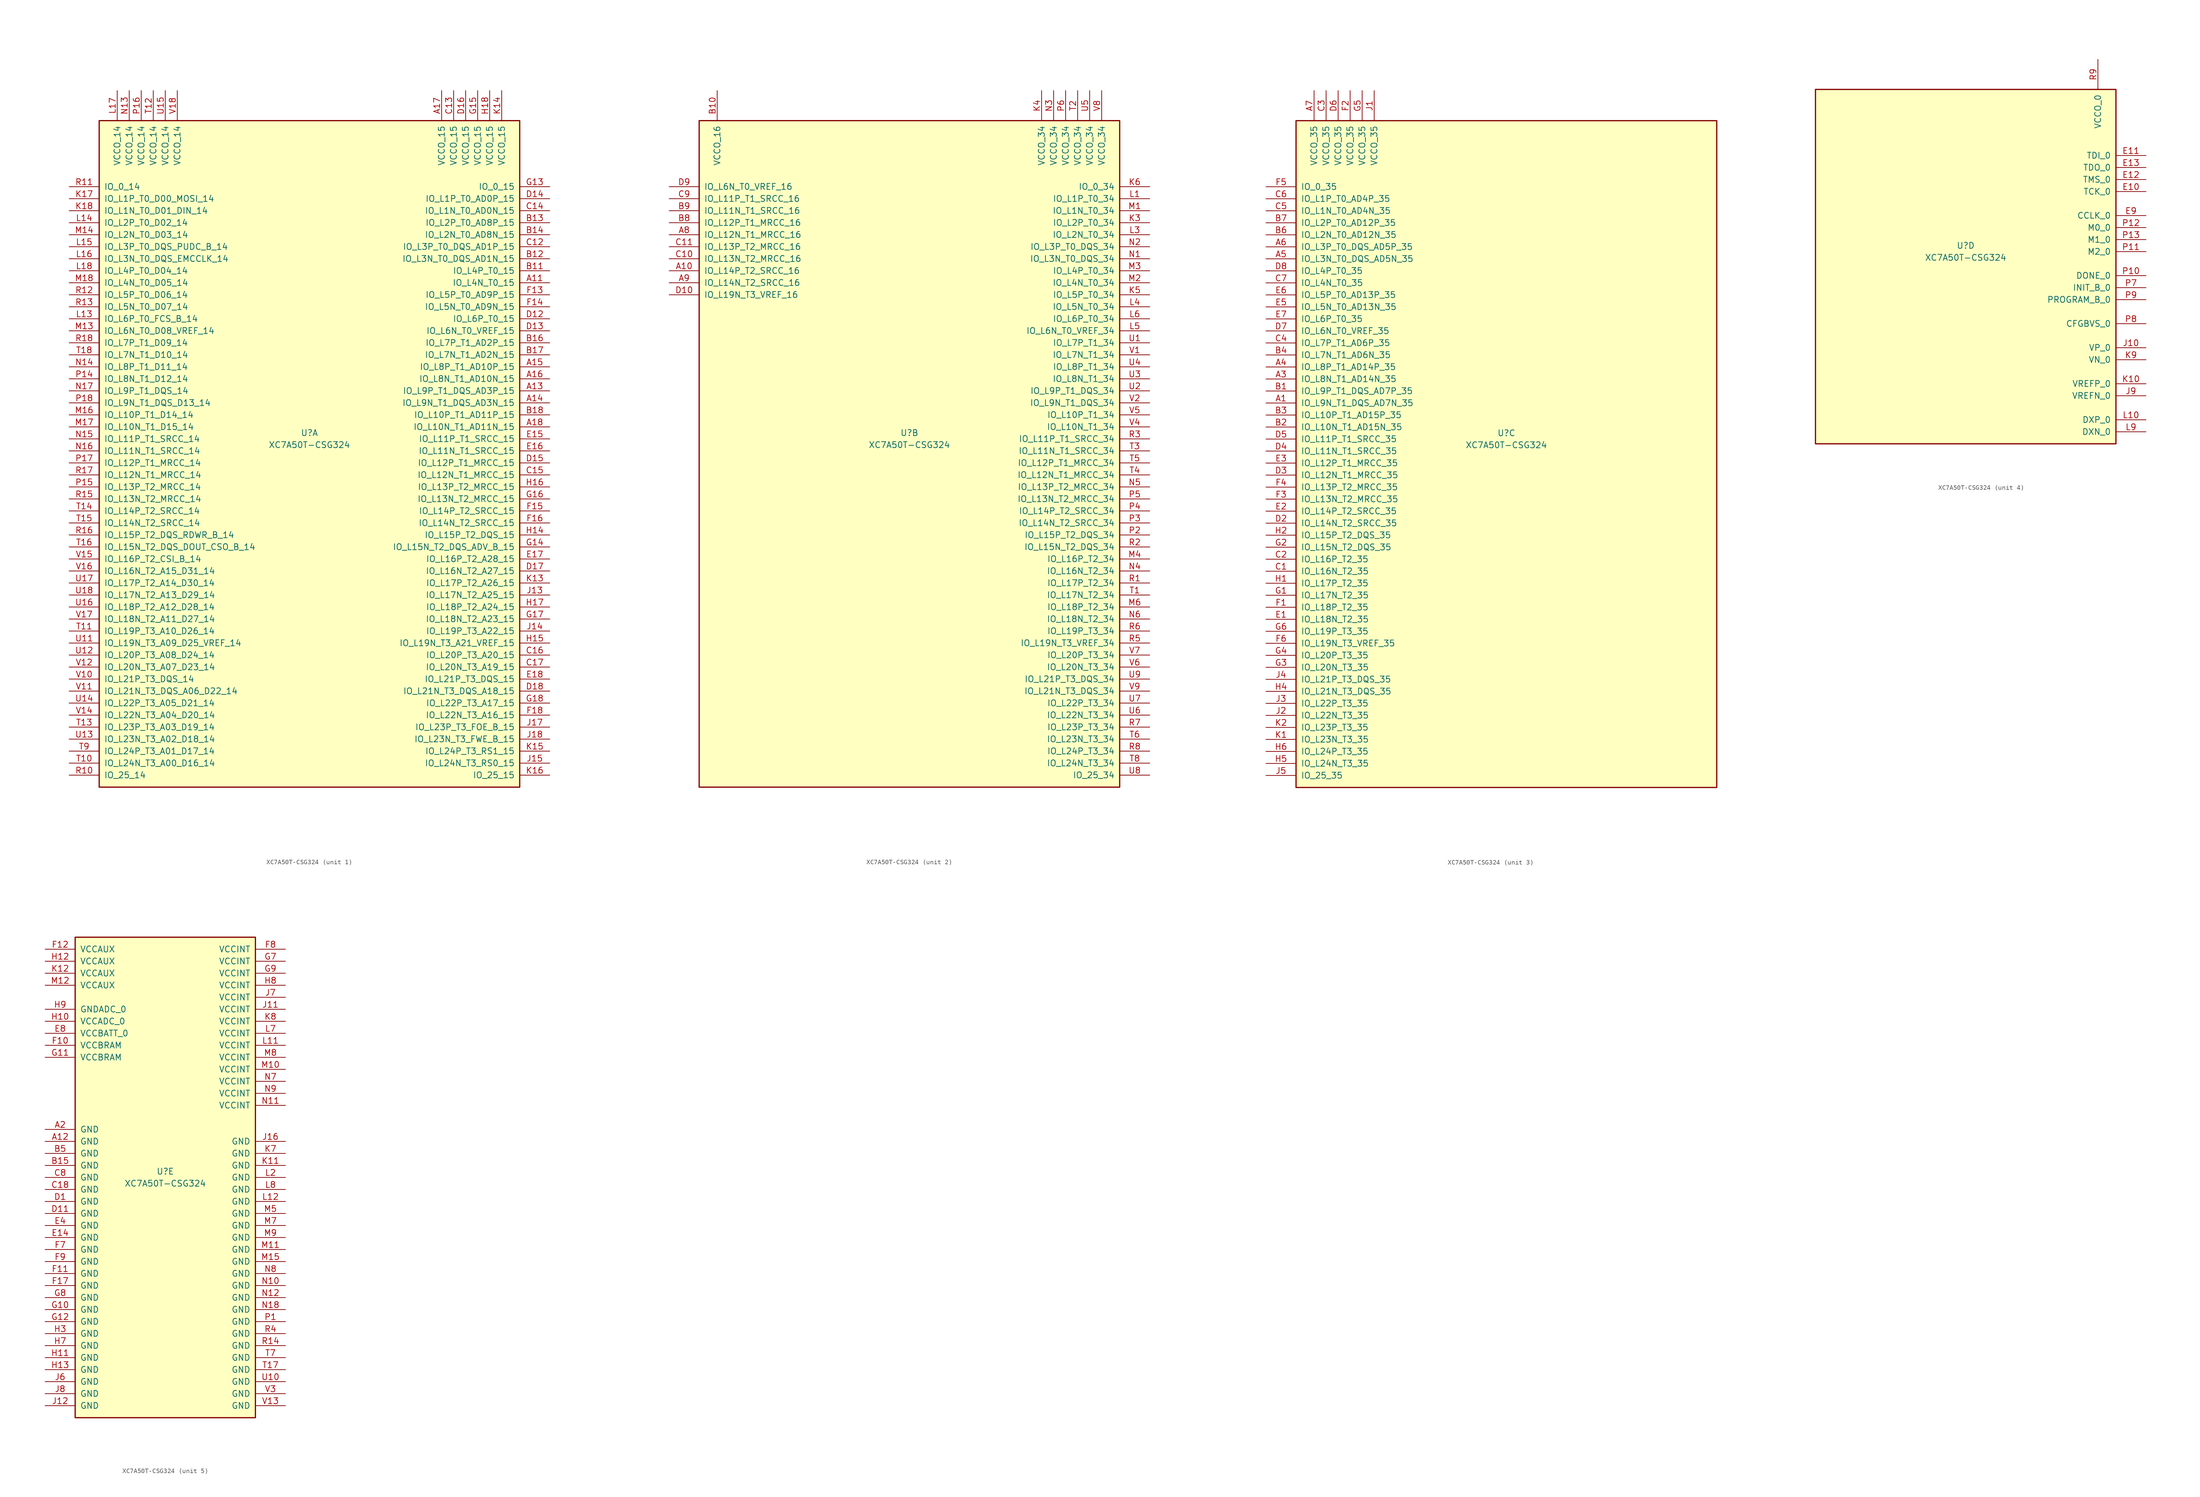
<source format=kicad_sym>
(kicad_symbol_lib
  (version 20201005)
  (generator kicad_symbol_editor)
  (symbol "XC7A50T-CSG324"
    (pin_names
      (offset 1.016))
    (property "Reference" "U"
      (at 0 1.27 0)
      (effects (font (size 1.27 1.27))))
    (property "Value" "XC7A50T-CSG324"
      (at 0 -1.27 0)
      (effects (font (size 1.27 1.27))))
    (property "Datasheet" ""
      (at 0 0 0)
      (effects (font (size 1.27 1.27))))
    (property "ki_locked" ""
      (at 0 0 0)
      (effects (font (size 1.27 1.27))))
    (symbol "XC7A50T-CSG324_1_1"
      (rectangle (start -44.45 67.31) (end 44.45 -73.66) (stroke (width 0.254)) (fill (type background)))
      (pin bidirectional line (at 50.8 33.02 180) (length 6.35) (name "IO_L4N_T0_15" (effects (font (size 1.27 1.27)))) (number "A11" (effects (font (size 1.27 1.27)))))
      (pin bidirectional line (at 50.8 10.16 180) (length 6.35) (name "IO_L9P_T1_DQS_AD3P_15" (effects (font (size 1.27 1.27)))) (number "A13" (effects (font (size 1.27 1.27)))))
      (pin bidirectional line (at 50.8 7.62 180) (length 6.35) (name "IO_L9N_T1_DQS_AD3N_15" (effects (font (size 1.27 1.27)))) (number "A14" (effects (font (size 1.27 1.27)))))
      (pin bidirectional line (at 50.8 15.24 180) (length 6.35) (name "IO_L8P_T1_AD10P_15" (effects (font (size 1.27 1.27)))) (number "A15" (effects (font (size 1.27 1.27)))))
      (pin bidirectional line (at 50.8 12.7 180) (length 6.35) (name "IO_L8N_T1_AD10N_15" (effects (font (size 1.27 1.27)))) (number "A16" (effects (font (size 1.27 1.27)))))
      (pin power_in line (at 27.94 73.66 270) (length 6.35) (name "VCCO_15" (effects (font (size 1.27 1.27)))) (number "A17" (effects (font (size 1.27 1.27)))))
      (pin bidirectional line (at 50.8 2.54 180) (length 6.35) (name "IO_L10N_T1_AD11N_15" (effects (font (size 1.27 1.27)))) (number "A18" (effects (font (size 1.27 1.27)))))
      (pin bidirectional line (at 50.8 35.56 180) (length 6.35) (name "IO_L4P_T0_15" (effects (font (size 1.27 1.27)))) (number "B11" (effects (font (size 1.27 1.27)))))
      (pin bidirectional line (at 50.8 38.1 180) (length 6.35) (name "IO_L3N_T0_DQS_AD1N_15" (effects (font (size 1.27 1.27)))) (number "B12" (effects (font (size 1.27 1.27)))))
      (pin bidirectional line (at 50.8 45.72 180) (length 6.35) (name "IO_L2P_T0_AD8P_15" (effects (font (size 1.27 1.27)))) (number "B13" (effects (font (size 1.27 1.27)))))
      (pin bidirectional line (at 50.8 43.18 180) (length 6.35) (name "IO_L2N_T0_AD8N_15" (effects (font (size 1.27 1.27)))) (number "B14" (effects (font (size 1.27 1.27)))))
      (pin bidirectional line (at 50.8 20.32 180) (length 6.35) (name "IO_L7P_T1_AD2P_15" (effects (font (size 1.27 1.27)))) (number "B16" (effects (font (size 1.27 1.27)))))
      (pin bidirectional line (at 50.8 17.78 180) (length 6.35) (name "IO_L7N_T1_AD2N_15" (effects (font (size 1.27 1.27)))) (number "B17" (effects (font (size 1.27 1.27)))))
      (pin bidirectional line (at 50.8 5.08 180) (length 6.35) (name "IO_L10P_T1_AD11P_15" (effects (font (size 1.27 1.27)))) (number "B18" (effects (font (size 1.27 1.27)))))
      (pin bidirectional line (at 50.8 40.64 180) (length 6.35) (name "IO_L3P_T0_DQS_AD1P_15" (effects (font (size 1.27 1.27)))) (number "C12" (effects (font (size 1.27 1.27)))))
      (pin power_in line (at 30.48 73.66 270) (length 6.35) (name "VCCO_15" (effects (font (size 1.27 1.27)))) (number "C13" (effects (font (size 1.27 1.27)))))
      (pin bidirectional line (at 50.8 48.26 180) (length 6.35) (name "IO_L1N_T0_AD0N_15" (effects (font (size 1.27 1.27)))) (number "C14" (effects (font (size 1.27 1.27)))))
      (pin bidirectional line (at 50.8 -7.62 180) (length 6.35) (name "IO_L12N_T1_MRCC_15" (effects (font (size 1.27 1.27)))) (number "C15" (effects (font (size 1.27 1.27)))))
      (pin bidirectional line (at 50.8 -45.72 180) (length 6.35) (name "IO_L20P_T3_A20_15" (effects (font (size 1.27 1.27)))) (number "C16" (effects (font (size 1.27 1.27)))))
      (pin bidirectional line (at 50.8 -48.26 180) (length 6.35) (name "IO_L20N_T3_A19_15" (effects (font (size 1.27 1.27)))) (number "C17" (effects (font (size 1.27 1.27)))))
      (pin bidirectional line (at 50.8 25.4 180) (length 6.35) (name "IO_L6P_T0_15" (effects (font (size 1.27 1.27)))) (number "D12" (effects (font (size 1.27 1.27)))))
      (pin bidirectional line (at 50.8 22.86 180) (length 6.35) (name "IO_L6N_T0_VREF_15" (effects (font (size 1.27 1.27)))) (number "D13" (effects (font (size 1.27 1.27)))))
      (pin bidirectional line (at 50.8 50.8 180) (length 6.35) (name "IO_L1P_T0_AD0P_15" (effects (font (size 1.27 1.27)))) (number "D14" (effects (font (size 1.27 1.27)))))
      (pin bidirectional line (at 50.8 -5.08 180) (length 6.35) (name "IO_L12P_T1_MRCC_15" (effects (font (size 1.27 1.27)))) (number "D15" (effects (font (size 1.27 1.27)))))
      (pin power_in line (at 33.02 73.66 270) (length 6.35) (name "VCCO_15" (effects (font (size 1.27 1.27)))) (number "D16" (effects (font (size 1.27 1.27)))))
      (pin bidirectional line (at 50.8 -27.94 180) (length 6.35) (name "IO_L16N_T2_A27_15" (effects (font (size 1.27 1.27)))) (number "D17" (effects (font (size 1.27 1.27)))))
      (pin bidirectional line (at 50.8 -53.34 180) (length 6.35) (name "IO_L21N_T3_DQS_A18_15" (effects (font (size 1.27 1.27)))) (number "D18" (effects (font (size 1.27 1.27)))))
      (pin bidirectional line (at 50.8 0 180) (length 6.35) (name "IO_L11P_T1_SRCC_15" (effects (font (size 1.27 1.27)))) (number "E15" (effects (font (size 1.27 1.27)))))
      (pin bidirectional line (at 50.8 -2.54 180) (length 6.35) (name "IO_L11N_T1_SRCC_15" (effects (font (size 1.27 1.27)))) (number "E16" (effects (font (size 1.27 1.27)))))
      (pin bidirectional line (at 50.8 -25.4 180) (length 6.35) (name "IO_L16P_T2_A28_15" (effects (font (size 1.27 1.27)))) (number "E17" (effects (font (size 1.27 1.27)))))
      (pin bidirectional line (at 50.8 -50.8 180) (length 6.35) (name "IO_L21P_T3_DQS_15" (effects (font (size 1.27 1.27)))) (number "E18" (effects (font (size 1.27 1.27)))))
      (pin bidirectional line (at 50.8 30.48 180) (length 6.35) (name "IO_L5P_T0_AD9P_15" (effects (font (size 1.27 1.27)))) (number "F13" (effects (font (size 1.27 1.27)))))
      (pin bidirectional line (at 50.8 27.94 180) (length 6.35) (name "IO_L5N_T0_AD9N_15" (effects (font (size 1.27 1.27)))) (number "F14" (effects (font (size 1.27 1.27)))))
      (pin bidirectional line (at 50.8 -15.24 180) (length 6.35) (name "IO_L14P_T2_SRCC_15" (effects (font (size 1.27 1.27)))) (number "F15" (effects (font (size 1.27 1.27)))))
      (pin bidirectional line (at 50.8 -17.78 180) (length 6.35) (name "IO_L14N_T2_SRCC_15" (effects (font (size 1.27 1.27)))) (number "F16" (effects (font (size 1.27 1.27)))))
      (pin bidirectional line (at 50.8 -58.42 180) (length 6.35) (name "IO_L22N_T3_A16_15" (effects (font (size 1.27 1.27)))) (number "F18" (effects (font (size 1.27 1.27)))))
      (pin bidirectional line (at 50.8 53.34 180) (length 6.35) (name "IO_0_15" (effects (font (size 1.27 1.27)))) (number "G13" (effects (font (size 1.27 1.27)))))
      (pin bidirectional line (at 50.8 -22.86 180) (length 6.35) (name "IO_L15N_T2_DQS_ADV_B_15" (effects (font (size 1.27 1.27)))) (number "G14" (effects (font (size 1.27 1.27)))))
      (pin power_in line (at 35.56 73.66 270) (length 6.35) (name "VCCO_15" (effects (font (size 1.27 1.27)))) (number "G15" (effects (font (size 1.27 1.27)))))
      (pin bidirectional line (at 50.8 -12.7 180) (length 6.35) (name "IO_L13N_T2_MRCC_15" (effects (font (size 1.27 1.27)))) (number "G16" (effects (font (size 1.27 1.27)))))
      (pin bidirectional line (at 50.8 -38.1 180) (length 6.35) (name "IO_L18N_T2_A23_15" (effects (font (size 1.27 1.27)))) (number "G17" (effects (font (size 1.27 1.27)))))
      (pin bidirectional line (at 50.8 -55.88 180) (length 6.35) (name "IO_L22P_T3_A17_15" (effects (font (size 1.27 1.27)))) (number "G18" (effects (font (size 1.27 1.27)))))
      (pin bidirectional line (at 50.8 -20.32 180) (length 6.35) (name "IO_L15P_T2_DQS_15" (effects (font (size 1.27 1.27)))) (number "H14" (effects (font (size 1.27 1.27)))))
      (pin bidirectional line (at 50.8 -43.18 180) (length 6.35) (name "IO_L19N_T3_A21_VREF_15" (effects (font (size 1.27 1.27)))) (number "H15" (effects (font (size 1.27 1.27)))))
      (pin bidirectional line (at 50.8 -10.16 180) (length 6.35) (name "IO_L13P_T2_MRCC_15" (effects (font (size 1.27 1.27)))) (number "H16" (effects (font (size 1.27 1.27)))))
      (pin bidirectional line (at 50.8 -35.56 180) (length 6.35) (name "IO_L18P_T2_A24_15" (effects (font (size 1.27 1.27)))) (number "H17" (effects (font (size 1.27 1.27)))))
      (pin power_in line (at 38.1 73.66 270) (length 6.35) (name "VCCO_15" (effects (font (size 1.27 1.27)))) (number "H18" (effects (font (size 1.27 1.27)))))
      (pin bidirectional line (at 50.8 -33.02 180) (length 6.35) (name "IO_L17N_T2_A25_15" (effects (font (size 1.27 1.27)))) (number "J13" (effects (font (size 1.27 1.27)))))
      (pin bidirectional line (at 50.8 -40.64 180) (length 6.35) (name "IO_L19P_T3_A22_15" (effects (font (size 1.27 1.27)))) (number "J14" (effects (font (size 1.27 1.27)))))
      (pin bidirectional line (at 50.8 -68.58 180) (length 6.35) (name "IO_L24N_T3_RS0_15" (effects (font (size 1.27 1.27)))) (number "J15" (effects (font (size 1.27 1.27)))))
      (pin bidirectional line (at 50.8 -60.96 180) (length 6.35) (name "IO_L23P_T3_FOE_B_15" (effects (font (size 1.27 1.27)))) (number "J17" (effects (font (size 1.27 1.27)))))
      (pin bidirectional line (at 50.8 -63.5 180) (length 6.35) (name "IO_L23N_T3_FWE_B_15" (effects (font (size 1.27 1.27)))) (number "J18" (effects (font (size 1.27 1.27)))))
      (pin bidirectional line (at 50.8 -30.48 180) (length 6.35) (name "IO_L17P_T2_A26_15" (effects (font (size 1.27 1.27)))) (number "K13" (effects (font (size 1.27 1.27)))))
      (pin power_in line (at 40.64 73.66 270) (length 6.35) (name "VCCO_15" (effects (font (size 1.27 1.27)))) (number "K14" (effects (font (size 1.27 1.27)))))
      (pin bidirectional line (at 50.8 -66.04 180) (length 6.35) (name "IO_L24P_T3_RS1_15" (effects (font (size 1.27 1.27)))) (number "K15" (effects (font (size 1.27 1.27)))))
      (pin bidirectional line (at 50.8 -71.12 180) (length 6.35) (name "IO_25_15" (effects (font (size 1.27 1.27)))) (number "K16" (effects (font (size 1.27 1.27)))))
      (pin bidirectional line (at -50.8 50.8 0) (length 6.35) (name "IO_L1P_T0_D00_MOSI_14" (effects (font (size 1.27 1.27)))) (number "K17" (effects (font (size 1.27 1.27)))))
      (pin bidirectional line (at -50.8 48.26 0) (length 6.35) (name "IO_L1N_T0_D01_DIN_14" (effects (font (size 1.27 1.27)))) (number "K18" (effects (font (size 1.27 1.27)))))
      (pin bidirectional line (at -50.8 25.4 0) (length 6.35) (name "IO_L6P_T0_FCS_B_14" (effects (font (size 1.27 1.27)))) (number "L13" (effects (font (size 1.27 1.27)))))
      (pin bidirectional line (at -50.8 45.72 0) (length 6.35) (name "IO_L2P_T0_D02_14" (effects (font (size 1.27 1.27)))) (number "L14" (effects (font (size 1.27 1.27)))))
      (pin bidirectional line (at -50.8 40.64 0) (length 6.35) (name "IO_L3P_T0_DQS_PUDC_B_14" (effects (font (size 1.27 1.27)))) (number "L15" (effects (font (size 1.27 1.27)))))
      (pin bidirectional line (at -50.8 38.1 0) (length 6.35) (name "IO_L3N_T0_DQS_EMCCLK_14" (effects (font (size 1.27 1.27)))) (number "L16" (effects (font (size 1.27 1.27)))))
      (pin power_in line (at -40.64 73.66 270) (length 6.35) (name "VCCO_14" (effects (font (size 1.27 1.27)))) (number "L17" (effects (font (size 1.27 1.27)))))
      (pin bidirectional line (at -50.8 35.56 0) (length 6.35) (name "IO_L4P_T0_D04_14" (effects (font (size 1.27 1.27)))) (number "L18" (effects (font (size 1.27 1.27)))))
      (pin bidirectional line (at -50.8 22.86 0) (length 6.35) (name "IO_L6N_T0_D08_VREF_14" (effects (font (size 1.27 1.27)))) (number "M13" (effects (font (size 1.27 1.27)))))
      (pin bidirectional line (at -50.8 43.18 0) (length 6.35) (name "IO_L2N_T0_D03_14" (effects (font (size 1.27 1.27)))) (number "M14" (effects (font (size 1.27 1.27)))))
      (pin bidirectional line (at -50.8 5.08 0) (length 6.35) (name "IO_L10P_T1_D14_14" (effects (font (size 1.27 1.27)))) (number "M16" (effects (font (size 1.27 1.27)))))
      (pin bidirectional line (at -50.8 2.54 0) (length 6.35) (name "IO_L10N_T1_D15_14" (effects (font (size 1.27 1.27)))) (number "M17" (effects (font (size 1.27 1.27)))))
      (pin bidirectional line (at -50.8 33.02 0) (length 6.35) (name "IO_L4N_T0_D05_14" (effects (font (size 1.27 1.27)))) (number "M18" (effects (font (size 1.27 1.27)))))
      (pin power_in line (at -38.1 73.66 270) (length 6.35) (name "VCCO_14" (effects (font (size 1.27 1.27)))) (number "N13" (effects (font (size 1.27 1.27)))))
      (pin bidirectional line (at -50.8 15.24 0) (length 6.35) (name "IO_L8P_T1_D11_14" (effects (font (size 1.27 1.27)))) (number "N14" (effects (font (size 1.27 1.27)))))
      (pin bidirectional line (at -50.8 0 0) (length 6.35) (name "IO_L11P_T1_SRCC_14" (effects (font (size 1.27 1.27)))) (number "N15" (effects (font (size 1.27 1.27)))))
      (pin bidirectional line (at -50.8 -2.54 0) (length 6.35) (name "IO_L11N_T1_SRCC_14" (effects (font (size 1.27 1.27)))) (number "N16" (effects (font (size 1.27 1.27)))))
      (pin bidirectional line (at -50.8 10.16 0) (length 6.35) (name "IO_L9P_T1_DQS_14" (effects (font (size 1.27 1.27)))) (number "N17" (effects (font (size 1.27 1.27)))))
      (pin bidirectional line (at -50.8 12.7 0) (length 6.35) (name "IO_L8N_T1_D12_14" (effects (font (size 1.27 1.27)))) (number "P14" (effects (font (size 1.27 1.27)))))
      (pin bidirectional line (at -50.8 -10.16 0) (length 6.35) (name "IO_L13P_T2_MRCC_14" (effects (font (size 1.27 1.27)))) (number "P15" (effects (font (size 1.27 1.27)))))
      (pin power_in line (at -35.56 73.66 270) (length 6.35) (name "VCCO_14" (effects (font (size 1.27 1.27)))) (number "P16" (effects (font (size 1.27 1.27)))))
      (pin bidirectional line (at -50.8 -5.08 0) (length 6.35) (name "IO_L12P_T1_MRCC_14" (effects (font (size 1.27 1.27)))) (number "P17" (effects (font (size 1.27 1.27)))))
      (pin bidirectional line (at -50.8 7.62 0) (length 6.35) (name "IO_L9N_T1_DQS_D13_14" (effects (font (size 1.27 1.27)))) (number "P18" (effects (font (size 1.27 1.27)))))
      (pin bidirectional line (at -50.8 -71.12 0) (length 6.35) (name "IO_25_14" (effects (font (size 1.27 1.27)))) (number "R10" (effects (font (size 1.27 1.27)))))
      (pin bidirectional line (at -50.8 53.34 0) (length 6.35) (name "IO_0_14" (effects (font (size 1.27 1.27)))) (number "R11" (effects (font (size 1.27 1.27)))))
      (pin bidirectional line (at -50.8 30.48 0) (length 6.35) (name "IO_L5P_T0_D06_14" (effects (font (size 1.27 1.27)))) (number "R12" (effects (font (size 1.27 1.27)))))
      (pin bidirectional line (at -50.8 27.94 0) (length 6.35) (name "IO_L5N_T0_D07_14" (effects (font (size 1.27 1.27)))) (number "R13" (effects (font (size 1.27 1.27)))))
      (pin bidirectional line (at -50.8 -12.7 0) (length 6.35) (name "IO_L13N_T2_MRCC_14" (effects (font (size 1.27 1.27)))) (number "R15" (effects (font (size 1.27 1.27)))))
      (pin bidirectional line (at -50.8 -20.32 0) (length 6.35) (name "IO_L15P_T2_DQS_RDWR_B_14" (effects (font (size 1.27 1.27)))) (number "R16" (effects (font (size 1.27 1.27)))))
      (pin bidirectional line (at -50.8 -7.62 0) (length 6.35) (name "IO_L12N_T1_MRCC_14" (effects (font (size 1.27 1.27)))) (number "R17" (effects (font (size 1.27 1.27)))))
      (pin bidirectional line (at -50.8 20.32 0) (length 6.35) (name "IO_L7P_T1_D09_14" (effects (font (size 1.27 1.27)))) (number "R18" (effects (font (size 1.27 1.27)))))
      (pin bidirectional line (at -50.8 -68.58 0) (length 6.35) (name "IO_L24N_T3_A00_D16_14" (effects (font (size 1.27 1.27)))) (number "T10" (effects (font (size 1.27 1.27)))))
      (pin bidirectional line (at -50.8 -40.64 0) (length 6.35) (name "IO_L19P_T3_A10_D26_14" (effects (font (size 1.27 1.27)))) (number "T11" (effects (font (size 1.27 1.27)))))
      (pin power_in line (at -33.02 73.66 270) (length 6.35) (name "VCCO_14" (effects (font (size 1.27 1.27)))) (number "T12" (effects (font (size 1.27 1.27)))))
      (pin bidirectional line (at -50.8 -60.96 0) (length 6.35) (name "IO_L23P_T3_A03_D19_14" (effects (font (size 1.27 1.27)))) (number "T13" (effects (font (size 1.27 1.27)))))
      (pin bidirectional line (at -50.8 -15.24 0) (length 6.35) (name "IO_L14P_T2_SRCC_14" (effects (font (size 1.27 1.27)))) (number "T14" (effects (font (size 1.27 1.27)))))
      (pin bidirectional line (at -50.8 -17.78 0) (length 6.35) (name "IO_L14N_T2_SRCC_14" (effects (font (size 1.27 1.27)))) (number "T15" (effects (font (size 1.27 1.27)))))
      (pin bidirectional line (at -50.8 -22.86 0) (length 6.35) (name "IO_L15N_T2_DQS_DOUT_CSO_B_14" (effects (font (size 1.27 1.27)))) (number "T16" (effects (font (size 1.27 1.27)))))
      (pin bidirectional line (at -50.8 17.78 0) (length 6.35) (name "IO_L7N_T1_D10_14" (effects (font (size 1.27 1.27)))) (number "T18" (effects (font (size 1.27 1.27)))))
      (pin bidirectional line (at -50.8 -66.04 0) (length 6.35) (name "IO_L24P_T3_A01_D17_14" (effects (font (size 1.27 1.27)))) (number "T9" (effects (font (size 1.27 1.27)))))
      (pin bidirectional line (at -50.8 -43.18 0) (length 6.35) (name "IO_L19N_T3_A09_D25_VREF_14" (effects (font (size 1.27 1.27)))) (number "U11" (effects (font (size 1.27 1.27)))))
      (pin bidirectional line (at -50.8 -45.72 0) (length 6.35) (name "IO_L20P_T3_A08_D24_14" (effects (font (size 1.27 1.27)))) (number "U12" (effects (font (size 1.27 1.27)))))
      (pin bidirectional line (at -50.8 -63.5 0) (length 6.35) (name "IO_L23N_T3_A02_D18_14" (effects (font (size 1.27 1.27)))) (number "U13" (effects (font (size 1.27 1.27)))))
      (pin bidirectional line (at -50.8 -55.88 0) (length 6.35) (name "IO_L22P_T3_A05_D21_14" (effects (font (size 1.27 1.27)))) (number "U14" (effects (font (size 1.27 1.27)))))
      (pin power_in line (at -30.48 73.66 270) (length 6.35) (name "VCCO_14" (effects (font (size 1.27 1.27)))) (number "U15" (effects (font (size 1.27 1.27)))))
      (pin bidirectional line (at -50.8 -35.56 0) (length 6.35) (name "IO_L18P_T2_A12_D28_14" (effects (font (size 1.27 1.27)))) (number "U16" (effects (font (size 1.27 1.27)))))
      (pin bidirectional line (at -50.8 -30.48 0) (length 6.35) (name "IO_L17P_T2_A14_D30_14" (effects (font (size 1.27 1.27)))) (number "U17" (effects (font (size 1.27 1.27)))))
      (pin bidirectional line (at -50.8 -33.02 0) (length 6.35) (name "IO_L17N_T2_A13_D29_14" (effects (font (size 1.27 1.27)))) (number "U18" (effects (font (size 1.27 1.27)))))
      (pin bidirectional line (at -50.8 -50.8 0) (length 6.35) (name "IO_L21P_T3_DQS_14" (effects (font (size 1.27 1.27)))) (number "V10" (effects (font (size 1.27 1.27)))))
      (pin bidirectional line (at -50.8 -53.34 0) (length 6.35) (name "IO_L21N_T3_DQS_A06_D22_14" (effects (font (size 1.27 1.27)))) (number "V11" (effects (font (size 1.27 1.27)))))
      (pin bidirectional line (at -50.8 -48.26 0) (length 6.35) (name "IO_L20N_T3_A07_D23_14" (effects (font (size 1.27 1.27)))) (number "V12" (effects (font (size 1.27 1.27)))))
      (pin bidirectional line (at -50.8 -58.42 0) (length 6.35) (name "IO_L22N_T3_A04_D20_14" (effects (font (size 1.27 1.27)))) (number "V14" (effects (font (size 1.27 1.27)))))
      (pin bidirectional line (at -50.8 -25.4 0) (length 6.35) (name "IO_L16P_T2_CSI_B_14" (effects (font (size 1.27 1.27)))) (number "V15" (effects (font (size 1.27 1.27)))))
      (pin bidirectional line (at -50.8 -27.94 0) (length 6.35) (name "IO_L16N_T2_A15_D31_14" (effects (font (size 1.27 1.27)))) (number "V16" (effects (font (size 1.27 1.27)))))
      (pin bidirectional line (at -50.8 -38.1 0) (length 6.35) (name "IO_L18N_T2_A11_D27_14" (effects (font (size 1.27 1.27)))) (number "V17" (effects (font (size 1.27 1.27)))))
      (pin power_in line (at -27.94 73.66 270) (length 6.35) (name "VCCO_14" (effects (font (size 1.27 1.27)))) (number "V18" (effects (font (size 1.27 1.27))))))
    (symbol "XC7A50T-CSG324_2_1"
      (rectangle (start -44.45 67.31) (end 44.45 -73.66) (stroke (width 0.254)) (fill (type background)))
      (pin bidirectional line (at -50.8 35.56 0) (length 6.35) (name "IO_L14P_T2_SRCC_16" (effects (font (size 1.27 1.27)))) (number "A10" (effects (font (size 1.27 1.27)))))
      (pin bidirectional line (at -50.8 43.18 0) (length 6.35) (name "IO_L12N_T1_MRCC_16" (effects (font (size 1.27 1.27)))) (number "A8" (effects (font (size 1.27 1.27)))))
      (pin bidirectional line (at -50.8 33.02 0) (length 6.35) (name "IO_L14N_T2_SRCC_16" (effects (font (size 1.27 1.27)))) (number "A9" (effects (font (size 1.27 1.27)))))
      (pin power_in line (at -40.64 73.66 270) (length 6.35) (name "VCCO_16" (effects (font (size 1.27 1.27)))) (number "B10" (effects (font (size 1.27 1.27)))))
      (pin bidirectional line (at -50.8 45.72 0) (length 6.35) (name "IO_L12P_T1_MRCC_16" (effects (font (size 1.27 1.27)))) (number "B8" (effects (font (size 1.27 1.27)))))
      (pin bidirectional line (at -50.8 48.26 0) (length 6.35) (name "IO_L11N_T1_SRCC_16" (effects (font (size 1.27 1.27)))) (number "B9" (effects (font (size 1.27 1.27)))))
      (pin bidirectional line (at -50.8 38.1 0) (length 6.35) (name "IO_L13N_T2_MRCC_16" (effects (font (size 1.27 1.27)))) (number "C10" (effects (font (size 1.27 1.27)))))
      (pin bidirectional line (at -50.8 40.64 0) (length 6.35) (name "IO_L13P_T2_MRCC_16" (effects (font (size 1.27 1.27)))) (number "C11" (effects (font (size 1.27 1.27)))))
      (pin bidirectional line (at -50.8 50.8 0) (length 6.35) (name "IO_L11P_T1_SRCC_16" (effects (font (size 1.27 1.27)))) (number "C9" (effects (font (size 1.27 1.27)))))
      (pin bidirectional line (at -50.8 30.48 0) (length 6.35) (name "IO_L19N_T3_VREF_16" (effects (font (size 1.27 1.27)))) (number "D10" (effects (font (size 1.27 1.27)))))
      (pin bidirectional line (at -50.8 53.34 0) (length 6.35) (name "IO_L6N_T0_VREF_16" (effects (font (size 1.27 1.27)))) (number "D9" (effects (font (size 1.27 1.27)))))
      (pin bidirectional line (at 50.8 45.72 180) (length 6.35) (name "IO_L2P_T0_34" (effects (font (size 1.27 1.27)))) (number "K3" (effects (font (size 1.27 1.27)))))
      (pin power_in line (at 27.94 73.66 270) (length 6.35) (name "VCCO_34" (effects (font (size 1.27 1.27)))) (number "K4" (effects (font (size 1.27 1.27)))))
      (pin bidirectional line (at 50.8 30.48 180) (length 6.35) (name "IO_L5P_T0_34" (effects (font (size 1.27 1.27)))) (number "K5" (effects (font (size 1.27 1.27)))))
      (pin bidirectional line (at 50.8 53.34 180) (length 6.35) (name "IO_0_34" (effects (font (size 1.27 1.27)))) (number "K6" (effects (font (size 1.27 1.27)))))
      (pin bidirectional line (at 50.8 50.8 180) (length 6.35) (name "IO_L1P_T0_34" (effects (font (size 1.27 1.27)))) (number "L1" (effects (font (size 1.27 1.27)))))
      (pin bidirectional line (at 50.8 43.18 180) (length 6.35) (name "IO_L2N_T0_34" (effects (font (size 1.27 1.27)))) (number "L3" (effects (font (size 1.27 1.27)))))
      (pin bidirectional line (at 50.8 27.94 180) (length 6.35) (name "IO_L5N_T0_34" (effects (font (size 1.27 1.27)))) (number "L4" (effects (font (size 1.27 1.27)))))
      (pin bidirectional line (at 50.8 22.86 180) (length 6.35) (name "IO_L6N_T0_VREF_34" (effects (font (size 1.27 1.27)))) (number "L5" (effects (font (size 1.27 1.27)))))
      (pin bidirectional line (at 50.8 25.4 180) (length 6.35) (name "IO_L6P_T0_34" (effects (font (size 1.27 1.27)))) (number "L6" (effects (font (size 1.27 1.27)))))
      (pin bidirectional line (at 50.8 48.26 180) (length 6.35) (name "IO_L1N_T0_34" (effects (font (size 1.27 1.27)))) (number "M1" (effects (font (size 1.27 1.27)))))
      (pin bidirectional line (at 50.8 33.02 180) (length 6.35) (name "IO_L4N_T0_34" (effects (font (size 1.27 1.27)))) (number "M2" (effects (font (size 1.27 1.27)))))
      (pin bidirectional line (at 50.8 35.56 180) (length 6.35) (name "IO_L4P_T0_34" (effects (font (size 1.27 1.27)))) (number "M3" (effects (font (size 1.27 1.27)))))
      (pin bidirectional line (at 50.8 -25.4 180) (length 6.35) (name "IO_L16P_T2_34" (effects (font (size 1.27 1.27)))) (number "M4" (effects (font (size 1.27 1.27)))))
      (pin bidirectional line (at 50.8 -35.56 180) (length 6.35) (name "IO_L18P_T2_34" (effects (font (size 1.27 1.27)))) (number "M6" (effects (font (size 1.27 1.27)))))
      (pin bidirectional line (at 50.8 38.1 180) (length 6.35) (name "IO_L3N_T0_DQS_34" (effects (font (size 1.27 1.27)))) (number "N1" (effects (font (size 1.27 1.27)))))
      (pin bidirectional line (at 50.8 40.64 180) (length 6.35) (name "IO_L3P_T0_DQS_34" (effects (font (size 1.27 1.27)))) (number "N2" (effects (font (size 1.27 1.27)))))
      (pin power_in line (at 30.48 73.66 270) (length 6.35) (name "VCCO_34" (effects (font (size 1.27 1.27)))) (number "N3" (effects (font (size 1.27 1.27)))))
      (pin bidirectional line (at 50.8 -27.94 180) (length 6.35) (name "IO_L16N_T2_34" (effects (font (size 1.27 1.27)))) (number "N4" (effects (font (size 1.27 1.27)))))
      (pin bidirectional line (at 50.8 -10.16 180) (length 6.35) (name "IO_L13P_T2_MRCC_34" (effects (font (size 1.27 1.27)))) (number "N5" (effects (font (size 1.27 1.27)))))
      (pin bidirectional line (at 50.8 -38.1 180) (length 6.35) (name "IO_L18N_T2_34" (effects (font (size 1.27 1.27)))) (number "N6" (effects (font (size 1.27 1.27)))))
      (pin bidirectional line (at 50.8 -20.32 180) (length 6.35) (name "IO_L15P_T2_DQS_34" (effects (font (size 1.27 1.27)))) (number "P2" (effects (font (size 1.27 1.27)))))
      (pin bidirectional line (at 50.8 -17.78 180) (length 6.35) (name "IO_L14N_T2_SRCC_34" (effects (font (size 1.27 1.27)))) (number "P3" (effects (font (size 1.27 1.27)))))
      (pin bidirectional line (at 50.8 -15.24 180) (length 6.35) (name "IO_L14P_T2_SRCC_34" (effects (font (size 1.27 1.27)))) (number "P4" (effects (font (size 1.27 1.27)))))
      (pin bidirectional line (at 50.8 -12.7 180) (length 6.35) (name "IO_L13N_T2_MRCC_34" (effects (font (size 1.27 1.27)))) (number "P5" (effects (font (size 1.27 1.27)))))
      (pin power_in line (at 33.02 73.66 270) (length 6.35) (name "VCCO_34" (effects (font (size 1.27 1.27)))) (number "P6" (effects (font (size 1.27 1.27)))))
      (pin bidirectional line (at 50.8 -30.48 180) (length 6.35) (name "IO_L17P_T2_34" (effects (font (size 1.27 1.27)))) (number "R1" (effects (font (size 1.27 1.27)))))
      (pin bidirectional line (at 50.8 -22.86 180) (length 6.35) (name "IO_L15N_T2_DQS_34" (effects (font (size 1.27 1.27)))) (number "R2" (effects (font (size 1.27 1.27)))))
      (pin bidirectional line (at 50.8 0 180) (length 6.35) (name "IO_L11P_T1_SRCC_34" (effects (font (size 1.27 1.27)))) (number "R3" (effects (font (size 1.27 1.27)))))
      (pin bidirectional line (at 50.8 -43.18 180) (length 6.35) (name "IO_L19N_T3_VREF_34" (effects (font (size 1.27 1.27)))) (number "R5" (effects (font (size 1.27 1.27)))))
      (pin bidirectional line (at 50.8 -40.64 180) (length 6.35) (name "IO_L19P_T3_34" (effects (font (size 1.27 1.27)))) (number "R6" (effects (font (size 1.27 1.27)))))
      (pin bidirectional line (at 50.8 -60.96 180) (length 6.35) (name "IO_L23P_T3_34" (effects (font (size 1.27 1.27)))) (number "R7" (effects (font (size 1.27 1.27)))))
      (pin bidirectional line (at 50.8 -66.04 180) (length 6.35) (name "IO_L24P_T3_34" (effects (font (size 1.27 1.27)))) (number "R8" (effects (font (size 1.27 1.27)))))
      (pin bidirectional line (at 50.8 -33.02 180) (length 6.35) (name "IO_L17N_T2_34" (effects (font (size 1.27 1.27)))) (number "T1" (effects (font (size 1.27 1.27)))))
      (pin power_in line (at 35.56 73.66 270) (length 6.35) (name "VCCO_34" (effects (font (size 1.27 1.27)))) (number "T2" (effects (font (size 1.27 1.27)))))
      (pin bidirectional line (at 50.8 -2.54 180) (length 6.35) (name "IO_L11N_T1_SRCC_34" (effects (font (size 1.27 1.27)))) (number "T3" (effects (font (size 1.27 1.27)))))
      (pin bidirectional line (at 50.8 -7.62 180) (length 6.35) (name "IO_L12N_T1_MRCC_34" (effects (font (size 1.27 1.27)))) (number "T4" (effects (font (size 1.27 1.27)))))
      (pin bidirectional line (at 50.8 -5.08 180) (length 6.35) (name "IO_L12P_T1_MRCC_34" (effects (font (size 1.27 1.27)))) (number "T5" (effects (font (size 1.27 1.27)))))
      (pin bidirectional line (at 50.8 -63.5 180) (length 6.35) (name "IO_L23N_T3_34" (effects (font (size 1.27 1.27)))) (number "T6" (effects (font (size 1.27 1.27)))))
      (pin bidirectional line (at 50.8 -68.58 180) (length 6.35) (name "IO_L24N_T3_34" (effects (font (size 1.27 1.27)))) (number "T8" (effects (font (size 1.27 1.27)))))
      (pin bidirectional line (at 50.8 20.32 180) (length 6.35) (name "IO_L7P_T1_34" (effects (font (size 1.27 1.27)))) (number "U1" (effects (font (size 1.27 1.27)))))
      (pin bidirectional line (at 50.8 10.16 180) (length 6.35) (name "IO_L9P_T1_DQS_34" (effects (font (size 1.27 1.27)))) (number "U2" (effects (font (size 1.27 1.27)))))
      (pin bidirectional line (at 50.8 12.7 180) (length 6.35) (name "IO_L8N_T1_34" (effects (font (size 1.27 1.27)))) (number "U3" (effects (font (size 1.27 1.27)))))
      (pin bidirectional line (at 50.8 15.24 180) (length 6.35) (name "IO_L8P_T1_34" (effects (font (size 1.27 1.27)))) (number "U4" (effects (font (size 1.27 1.27)))))
      (pin power_in line (at 38.1 73.66 270) (length 6.35) (name "VCCO_34" (effects (font (size 1.27 1.27)))) (number "U5" (effects (font (size 1.27 1.27)))))
      (pin bidirectional line (at 50.8 -58.42 180) (length 6.35) (name "IO_L22N_T3_34" (effects (font (size 1.27 1.27)))) (number "U6" (effects (font (size 1.27 1.27)))))
      (pin bidirectional line (at 50.8 -55.88 180) (length 6.35) (name "IO_L22P_T3_34" (effects (font (size 1.27 1.27)))) (number "U7" (effects (font (size 1.27 1.27)))))
      (pin bidirectional line (at 50.8 -71.12 180) (length 6.35) (name "IO_25_34" (effects (font (size 1.27 1.27)))) (number "U8" (effects (font (size 1.27 1.27)))))
      (pin bidirectional line (at 50.8 -50.8 180) (length 6.35) (name "IO_L21P_T3_DQS_34" (effects (font (size 1.27 1.27)))) (number "U9" (effects (font (size 1.27 1.27)))))
      (pin bidirectional line (at 50.8 17.78 180) (length 6.35) (name "IO_L7N_T1_34" (effects (font (size 1.27 1.27)))) (number "V1" (effects (font (size 1.27 1.27)))))
      (pin bidirectional line (at 50.8 7.62 180) (length 6.35) (name "IO_L9N_T1_DQS_34" (effects (font (size 1.27 1.27)))) (number "V2" (effects (font (size 1.27 1.27)))))
      (pin bidirectional line (at 50.8 2.54 180) (length 6.35) (name "IO_L10N_T1_34" (effects (font (size 1.27 1.27)))) (number "V4" (effects (font (size 1.27 1.27)))))
      (pin bidirectional line (at 50.8 5.08 180) (length 6.35) (name "IO_L10P_T1_34" (effects (font (size 1.27 1.27)))) (number "V5" (effects (font (size 1.27 1.27)))))
      (pin bidirectional line (at 50.8 -48.26 180) (length 6.35) (name "IO_L20N_T3_34" (effects (font (size 1.27 1.27)))) (number "V6" (effects (font (size 1.27 1.27)))))
      (pin bidirectional line (at 50.8 -45.72 180) (length 6.35) (name "IO_L20P_T3_34" (effects (font (size 1.27 1.27)))) (number "V7" (effects (font (size 1.27 1.27)))))
      (pin power_in line (at 40.64 73.66 270) (length 6.35) (name "VCCO_34" (effects (font (size 1.27 1.27)))) (number "V8" (effects (font (size 1.27 1.27)))))
      (pin bidirectional line (at 50.8 -53.34 180) (length 6.35) (name "IO_L21N_T3_DQS_34" (effects (font (size 1.27 1.27)))) (number "V9" (effects (font (size 1.27 1.27))))))
    (symbol "XC7A50T-CSG324_3_1"
      (rectangle (start -44.45 67.31) (end 44.45 -73.66) (stroke (width 0.254)) (fill (type background)))
      (pin bidirectional line (at -50.8 7.62 0) (length 6.35) (name "IO_L9N_T1_DQS_AD7N_35" (effects (font (size 1.27 1.27)))) (number "A1" (effects (font (size 1.27 1.27)))))
      (pin bidirectional line (at -50.8 12.7 0) (length 6.35) (name "IO_L8N_T1_AD14N_35" (effects (font (size 1.27 1.27)))) (number "A3" (effects (font (size 1.27 1.27)))))
      (pin bidirectional line (at -50.8 15.24 0) (length 6.35) (name "IO_L8P_T1_AD14P_35" (effects (font (size 1.27 1.27)))) (number "A4" (effects (font (size 1.27 1.27)))))
      (pin bidirectional line (at -50.8 38.1 0) (length 6.35) (name "IO_L3N_T0_DQS_AD5N_35" (effects (font (size 1.27 1.27)))) (number "A5" (effects (font (size 1.27 1.27)))))
      (pin bidirectional line (at -50.8 40.64 0) (length 6.35) (name "IO_L3P_T0_DQS_AD5P_35" (effects (font (size 1.27 1.27)))) (number "A6" (effects (font (size 1.27 1.27)))))
      (pin power_in line (at -40.64 73.66 270) (length 6.35) (name "VCCO_35" (effects (font (size 1.27 1.27)))) (number "A7" (effects (font (size 1.27 1.27)))))
      (pin bidirectional line (at -50.8 10.16 0) (length 6.35) (name "IO_L9P_T1_DQS_AD7P_35" (effects (font (size 1.27 1.27)))) (number "B1" (effects (font (size 1.27 1.27)))))
      (pin bidirectional line (at -50.8 2.54 0) (length 6.35) (name "IO_L10N_T1_AD15N_35" (effects (font (size 1.27 1.27)))) (number "B2" (effects (font (size 1.27 1.27)))))
      (pin bidirectional line (at -50.8 5.08 0) (length 6.35) (name "IO_L10P_T1_AD15P_35" (effects (font (size 1.27 1.27)))) (number "B3" (effects (font (size 1.27 1.27)))))
      (pin bidirectional line (at -50.8 17.78 0) (length 6.35) (name "IO_L7N_T1_AD6N_35" (effects (font (size 1.27 1.27)))) (number "B4" (effects (font (size 1.27 1.27)))))
      (pin bidirectional line (at -50.8 43.18 0) (length 6.35) (name "IO_L2N_T0_AD12N_35" (effects (font (size 1.27 1.27)))) (number "B6" (effects (font (size 1.27 1.27)))))
      (pin bidirectional line (at -50.8 45.72 0) (length 6.35) (name "IO_L2P_T0_AD12P_35" (effects (font (size 1.27 1.27)))) (number "B7" (effects (font (size 1.27 1.27)))))
      (pin bidirectional line (at -50.8 -27.94 0) (length 6.35) (name "IO_L16N_T2_35" (effects (font (size 1.27 1.27)))) (number "C1" (effects (font (size 1.27 1.27)))))
      (pin bidirectional line (at -50.8 -25.4 0) (length 6.35) (name "IO_L16P_T2_35" (effects (font (size 1.27 1.27)))) (number "C2" (effects (font (size 1.27 1.27)))))
      (pin power_in line (at -38.1 73.66 270) (length 6.35) (name "VCCO_35" (effects (font (size 1.27 1.27)))) (number "C3" (effects (font (size 1.27 1.27)))))
      (pin bidirectional line (at -50.8 20.32 0) (length 6.35) (name "IO_L7P_T1_AD6P_35" (effects (font (size 1.27 1.27)))) (number "C4" (effects (font (size 1.27 1.27)))))
      (pin bidirectional line (at -50.8 48.26 0) (length 6.35) (name "IO_L1N_T0_AD4N_35" (effects (font (size 1.27 1.27)))) (number "C5" (effects (font (size 1.27 1.27)))))
      (pin bidirectional line (at -50.8 50.8 0) (length 6.35) (name "IO_L1P_T0_AD4P_35" (effects (font (size 1.27 1.27)))) (number "C6" (effects (font (size 1.27 1.27)))))
      (pin bidirectional line (at -50.8 33.02 0) (length 6.35) (name "IO_L4N_T0_35" (effects (font (size 1.27 1.27)))) (number "C7" (effects (font (size 1.27 1.27)))))
      (pin bidirectional line (at -50.8 -17.78 0) (length 6.35) (name "IO_L14N_T2_SRCC_35" (effects (font (size 1.27 1.27)))) (number "D2" (effects (font (size 1.27 1.27)))))
      (pin bidirectional line (at -50.8 -7.62 0) (length 6.35) (name "IO_L12N_T1_MRCC_35" (effects (font (size 1.27 1.27)))) (number "D3" (effects (font (size 1.27 1.27)))))
      (pin bidirectional line (at -50.8 -2.54 0) (length 6.35) (name "IO_L11N_T1_SRCC_35" (effects (font (size 1.27 1.27)))) (number "D4" (effects (font (size 1.27 1.27)))))
      (pin bidirectional line (at -50.8 0 0) (length 6.35) (name "IO_L11P_T1_SRCC_35" (effects (font (size 1.27 1.27)))) (number "D5" (effects (font (size 1.27 1.27)))))
      (pin power_in line (at -35.56 73.66 270) (length 6.35) (name "VCCO_35" (effects (font (size 1.27 1.27)))) (number "D6" (effects (font (size 1.27 1.27)))))
      (pin bidirectional line (at -50.8 22.86 0) (length 6.35) (name "IO_L6N_T0_VREF_35" (effects (font (size 1.27 1.27)))) (number "D7" (effects (font (size 1.27 1.27)))))
      (pin bidirectional line (at -50.8 35.56 0) (length 6.35) (name "IO_L4P_T0_35" (effects (font (size 1.27 1.27)))) (number "D8" (effects (font (size 1.27 1.27)))))
      (pin bidirectional line (at -50.8 -38.1 0) (length 6.35) (name "IO_L18N_T2_35" (effects (font (size 1.27 1.27)))) (number "E1" (effects (font (size 1.27 1.27)))))
      (pin bidirectional line (at -50.8 -15.24 0) (length 6.35) (name "IO_L14P_T2_SRCC_35" (effects (font (size 1.27 1.27)))) (number "E2" (effects (font (size 1.27 1.27)))))
      (pin bidirectional line (at -50.8 -5.08 0) (length 6.35) (name "IO_L12P_T1_MRCC_35" (effects (font (size 1.27 1.27)))) (number "E3" (effects (font (size 1.27 1.27)))))
      (pin bidirectional line (at -50.8 27.94 0) (length 6.35) (name "IO_L5N_T0_AD13N_35" (effects (font (size 1.27 1.27)))) (number "E5" (effects (font (size 1.27 1.27)))))
      (pin bidirectional line (at -50.8 30.48 0) (length 6.35) (name "IO_L5P_T0_AD13P_35" (effects (font (size 1.27 1.27)))) (number "E6" (effects (font (size 1.27 1.27)))))
      (pin bidirectional line (at -50.8 25.4 0) (length 6.35) (name "IO_L6P_T0_35" (effects (font (size 1.27 1.27)))) (number "E7" (effects (font (size 1.27 1.27)))))
      (pin bidirectional line (at -50.8 -35.56 0) (length 6.35) (name "IO_L18P_T2_35" (effects (font (size 1.27 1.27)))) (number "F1" (effects (font (size 1.27 1.27)))))
      (pin power_in line (at -33.02 73.66 270) (length 6.35) (name "VCCO_35" (effects (font (size 1.27 1.27)))) (number "F2" (effects (font (size 1.27 1.27)))))
      (pin bidirectional line (at -50.8 -12.7 0) (length 6.35) (name "IO_L13N_T2_MRCC_35" (effects (font (size 1.27 1.27)))) (number "F3" (effects (font (size 1.27 1.27)))))
      (pin bidirectional line (at -50.8 -10.16 0) (length 6.35) (name "IO_L13P_T2_MRCC_35" (effects (font (size 1.27 1.27)))) (number "F4" (effects (font (size 1.27 1.27)))))
      (pin bidirectional line (at -50.8 53.34 0) (length 6.35) (name "IO_0_35" (effects (font (size 1.27 1.27)))) (number "F5" (effects (font (size 1.27 1.27)))))
      (pin bidirectional line (at -50.8 -43.18 0) (length 6.35) (name "IO_L19N_T3_VREF_35" (effects (font (size 1.27 1.27)))) (number "F6" (effects (font (size 1.27 1.27)))))
      (pin bidirectional line (at -50.8 -33.02 0) (length 6.35) (name "IO_L17N_T2_35" (effects (font (size 1.27 1.27)))) (number "G1" (effects (font (size 1.27 1.27)))))
      (pin bidirectional line (at -50.8 -22.86 0) (length 6.35) (name "IO_L15N_T2_DQS_35" (effects (font (size 1.27 1.27)))) (number "G2" (effects (font (size 1.27 1.27)))))
      (pin bidirectional line (at -50.8 -48.26 0) (length 6.35) (name "IO_L20N_T3_35" (effects (font (size 1.27 1.27)))) (number "G3" (effects (font (size 1.27 1.27)))))
      (pin bidirectional line (at -50.8 -45.72 0) (length 6.35) (name "IO_L20P_T3_35" (effects (font (size 1.27 1.27)))) (number "G4" (effects (font (size 1.27 1.27)))))
      (pin power_in line (at -30.48 73.66 270) (length 6.35) (name "VCCO_35" (effects (font (size 1.27 1.27)))) (number "G5" (effects (font (size 1.27 1.27)))))
      (pin bidirectional line (at -50.8 -40.64 0) (length 6.35) (name "IO_L19P_T3_35" (effects (font (size 1.27 1.27)))) (number "G6" (effects (font (size 1.27 1.27)))))
      (pin bidirectional line (at -50.8 -30.48 0) (length 6.35) (name "IO_L17P_T2_35" (effects (font (size 1.27 1.27)))) (number "H1" (effects (font (size 1.27 1.27)))))
      (pin bidirectional line (at -50.8 -20.32 0) (length 6.35) (name "IO_L15P_T2_DQS_35" (effects (font (size 1.27 1.27)))) (number "H2" (effects (font (size 1.27 1.27)))))
      (pin bidirectional line (at -50.8 -53.34 0) (length 6.35) (name "IO_L21N_T3_DQS_35" (effects (font (size 1.27 1.27)))) (number "H4" (effects (font (size 1.27 1.27)))))
      (pin bidirectional line (at -50.8 -68.58 0) (length 6.35) (name "IO_L24N_T3_35" (effects (font (size 1.27 1.27)))) (number "H5" (effects (font (size 1.27 1.27)))))
      (pin bidirectional line (at -50.8 -66.04 0) (length 6.35) (name "IO_L24P_T3_35" (effects (font (size 1.27 1.27)))) (number "H6" (effects (font (size 1.27 1.27)))))
      (pin power_in line (at -27.94 73.66 270) (length 6.35) (name "VCCO_35" (effects (font (size 1.27 1.27)))) (number "J1" (effects (font (size 1.27 1.27)))))
      (pin bidirectional line (at -50.8 -58.42 0) (length 6.35) (name "IO_L22N_T3_35" (effects (font (size 1.27 1.27)))) (number "J2" (effects (font (size 1.27 1.27)))))
      (pin bidirectional line (at -50.8 -55.88 0) (length 6.35) (name "IO_L22P_T3_35" (effects (font (size 1.27 1.27)))) (number "J3" (effects (font (size 1.27 1.27)))))
      (pin bidirectional line (at -50.8 -50.8 0) (length 6.35) (name "IO_L21P_T3_DQS_35" (effects (font (size 1.27 1.27)))) (number "J4" (effects (font (size 1.27 1.27)))))
      (pin bidirectional line (at -50.8 -71.12 0) (length 6.35) (name "IO_25_35" (effects (font (size 1.27 1.27)))) (number "J5" (effects (font (size 1.27 1.27)))))
      (pin bidirectional line (at -50.8 -63.5 0) (length 6.35) (name "IO_L23N_T3_35" (effects (font (size 1.27 1.27)))) (number "K1" (effects (font (size 1.27 1.27)))))
      (pin bidirectional line (at -50.8 -60.96 0) (length 6.35) (name "IO_L23P_T3_35" (effects (font (size 1.27 1.27)))) (number "K2" (effects (font (size 1.27 1.27))))))
    (symbol "XC7A50T-CSG324_4_1"
      (rectangle (start -31.75 34.29) (end 31.75 -40.64) (stroke (width 0.254)) (fill (type background)))
      (pin bidirectional line (at 38.1 12.7 180) (length 6.35) (name "TCK_0" (effects (font (size 1.27 1.27)))) (number "E10" (effects (font (size 1.27 1.27)))))
      (pin bidirectional line (at 38.1 20.32 180) (length 6.35) (name "TDI_0" (effects (font (size 1.27 1.27)))) (number "E11" (effects (font (size 1.27 1.27)))))
      (pin bidirectional line (at 38.1 15.24 180) (length 6.35) (name "TMS_0" (effects (font (size 1.27 1.27)))) (number "E12" (effects (font (size 1.27 1.27)))))
      (pin bidirectional line (at 38.1 17.78 180) (length 6.35) (name "TDO_0" (effects (font (size 1.27 1.27)))) (number "E13" (effects (font (size 1.27 1.27)))))
      (pin bidirectional line (at 38.1 7.62 180) (length 6.35) (name "CCLK_0" (effects (font (size 1.27 1.27)))) (number "E9" (effects (font (size 1.27 1.27)))))
      (pin bidirectional line (at 38.1 -20.32 180) (length 6.35) (name "VP_0" (effects (font (size 1.27 1.27)))) (number "J10" (effects (font (size 1.27 1.27)))))
      (pin bidirectional line (at 38.1 -30.48 180) (length 6.35) (name "VREFN_0" (effects (font (size 1.27 1.27)))) (number "J9" (effects (font (size 1.27 1.27)))))
      (pin bidirectional line (at 38.1 -27.94 180) (length 6.35) (name "VREFP_0" (effects (font (size 1.27 1.27)))) (number "K10" (effects (font (size 1.27 1.27)))))
      (pin bidirectional line (at 38.1 -22.86 180) (length 6.35) (name "VN_0" (effects (font (size 1.27 1.27)))) (number "K9" (effects (font (size 1.27 1.27)))))
      (pin bidirectional line (at 38.1 -35.56 180) (length 6.35) (name "DXP_0" (effects (font (size 1.27 1.27)))) (number "L10" (effects (font (size 1.27 1.27)))))
      (pin bidirectional line (at 38.1 -38.1 180) (length 6.35) (name "DXN_0" (effects (font (size 1.27 1.27)))) (number "L9" (effects (font (size 1.27 1.27)))))
      (pin bidirectional line (at 38.1 -5.08 180) (length 6.35) (name "DONE_0" (effects (font (size 1.27 1.27)))) (number "P10" (effects (font (size 1.27 1.27)))))
      (pin bidirectional line (at 38.1 0 180) (length 6.35) (name "M2_0" (effects (font (size 1.27 1.27)))) (number "P11" (effects (font (size 1.27 1.27)))))
      (pin bidirectional line (at 38.1 5.08 180) (length 6.35) (name "M0_0" (effects (font (size 1.27 1.27)))) (number "P12" (effects (font (size 1.27 1.27)))))
      (pin bidirectional line (at 38.1 2.54 180) (length 6.35) (name "M1_0" (effects (font (size 1.27 1.27)))) (number "P13" (effects (font (size 1.27 1.27)))))
      (pin bidirectional line (at 38.1 -7.62 180) (length 6.35) (name "INIT_B_0" (effects (font (size 1.27 1.27)))) (number "P7" (effects (font (size 1.27 1.27)))))
      (pin bidirectional line (at 38.1 -15.24 180) (length 6.35) (name "CFGBVS_0" (effects (font (size 1.27 1.27)))) (number "P8" (effects (font (size 1.27 1.27)))))
      (pin bidirectional line (at 38.1 -10.16 180) (length 6.35) (name "PROGRAM_B_0" (effects (font (size 1.27 1.27)))) (number "P9" (effects (font (size 1.27 1.27)))))
      (pin power_in line (at 27.94 40.64 270) (length 6.35) (name "VCCO_0" (effects (font (size 1.27 1.27)))) (number "R9" (effects (font (size 1.27 1.27))))))
    (symbol "XC7A50T-CSG324_5_1"
      (rectangle (start -19.05 50.8) (end 19.05 -50.8) (stroke (width 0.254)) (fill (type background)))
      (pin power_in line (at -25.4 7.62 0) (length 6.35) (name "GND" (effects (font (size 1.27 1.27)))) (number "A12" (effects (font (size 1.27 1.27)))))
      (pin power_in line (at -25.4 10.16 0) (length 6.35) (name "GND" (effects (font (size 1.27 1.27)))) (number "A2" (effects (font (size 1.27 1.27)))))
      (pin power_in line (at -25.4 2.54 0) (length 6.35) (name "GND" (effects (font (size 1.27 1.27)))) (number "B15" (effects (font (size 1.27 1.27)))))
      (pin power_in line (at -25.4 5.08 0) (length 6.35) (name "GND" (effects (font (size 1.27 1.27)))) (number "B5" (effects (font (size 1.27 1.27)))))
      (pin power_in line (at -25.4 -2.54 0) (length 6.35) (name "GND" (effects (font (size 1.27 1.27)))) (number "C18" (effects (font (size 1.27 1.27)))))
      (pin power_in line (at -25.4 0 0) (length 6.35) (name "GND" (effects (font (size 1.27 1.27)))) (number "C8" (effects (font (size 1.27 1.27)))))
      (pin power_in line (at -25.4 -5.08 0) (length 6.35) (name "GND" (effects (font (size 1.27 1.27)))) (number "D1" (effects (font (size 1.27 1.27)))))
      (pin power_in line (at -25.4 -7.62 0) (length 6.35) (name "GND" (effects (font (size 1.27 1.27)))) (number "D11" (effects (font (size 1.27 1.27)))))
      (pin power_in line (at -25.4 -12.7 0) (length 6.35) (name "GND" (effects (font (size 1.27 1.27)))) (number "E14" (effects (font (size 1.27 1.27)))))
      (pin power_in line (at -25.4 -10.16 0) (length 6.35) (name "GND" (effects (font (size 1.27 1.27)))) (number "E4" (effects (font (size 1.27 1.27)))))
      (pin power_in line (at -25.4 30.48 0) (length 6.35) (name "VCCBATT_0" (effects (font (size 1.27 1.27)))) (number "E8" (effects (font (size 1.27 1.27)))))
      (pin power_in line (at -25.4 27.94 0) (length 6.35) (name "VCCBRAM" (effects (font (size 1.27 1.27)))) (number "F10" (effects (font (size 1.27 1.27)))))
      (pin power_in line (at -25.4 -20.32 0) (length 6.35) (name "GND" (effects (font (size 1.27 1.27)))) (number "F11" (effects (font (size 1.27 1.27)))))
      (pin power_in line (at -25.4 48.26 0) (length 6.35) (name "VCCAUX" (effects (font (size 1.27 1.27)))) (number "F12" (effects (font (size 1.27 1.27)))))
      (pin power_in line (at -25.4 -22.86 0) (length 6.35) (name "GND" (effects (font (size 1.27 1.27)))) (number "F17" (effects (font (size 1.27 1.27)))))
      (pin power_in line (at -25.4 -15.24 0) (length 6.35) (name "GND" (effects (font (size 1.27 1.27)))) (number "F7" (effects (font (size 1.27 1.27)))))
      (pin power_in line (at 25.4 48.26 180) (length 6.35) (name "VCCINT" (effects (font (size 1.27 1.27)))) (number "F8" (effects (font (size 1.27 1.27)))))
      (pin power_in line (at -25.4 -17.78 0) (length 6.35) (name "GND" (effects (font (size 1.27 1.27)))) (number "F9" (effects (font (size 1.27 1.27)))))
      (pin power_in line (at -25.4 -27.94 0) (length 6.35) (name "GND" (effects (font (size 1.27 1.27)))) (number "G10" (effects (font (size 1.27 1.27)))))
      (pin power_in line (at -25.4 25.4 0) (length 6.35) (name "VCCBRAM" (effects (font (size 1.27 1.27)))) (number "G11" (effects (font (size 1.27 1.27)))))
      (pin power_in line (at -25.4 -30.48 0) (length 6.35) (name "GND" (effects (font (size 1.27 1.27)))) (number "G12" (effects (font (size 1.27 1.27)))))
      (pin power_in line (at 25.4 45.72 180) (length 6.35) (name "VCCINT" (effects (font (size 1.27 1.27)))) (number "G7" (effects (font (size 1.27 1.27)))))
      (pin power_in line (at -25.4 -25.4 0) (length 6.35) (name "GND" (effects (font (size 1.27 1.27)))) (number "G8" (effects (font (size 1.27 1.27)))))
      (pin power_in line (at 25.4 43.18 180) (length 6.35) (name "VCCINT" (effects (font (size 1.27 1.27)))) (number "G9" (effects (font (size 1.27 1.27)))))
      (pin power_in line (at -25.4 33.02 0) (length 6.35) (name "VCCADC_0" (effects (font (size 1.27 1.27)))) (number "H10" (effects (font (size 1.27 1.27)))))
      (pin power_in line (at -25.4 -38.1 0) (length 6.35) (name "GND" (effects (font (size 1.27 1.27)))) (number "H11" (effects (font (size 1.27 1.27)))))
      (pin power_in line (at -25.4 45.72 0) (length 6.35) (name "VCCAUX" (effects (font (size 1.27 1.27)))) (number "H12" (effects (font (size 1.27 1.27)))))
      (pin power_in line (at -25.4 -40.64 0) (length 6.35) (name "GND" (effects (font (size 1.27 1.27)))) (number "H13" (effects (font (size 1.27 1.27)))))
      (pin power_in line (at -25.4 -33.02 0) (length 6.35) (name "GND" (effects (font (size 1.27 1.27)))) (number "H3" (effects (font (size 1.27 1.27)))))
      (pin power_in line (at -25.4 -35.56 0) (length 6.35) (name "GND" (effects (font (size 1.27 1.27)))) (number "H7" (effects (font (size 1.27 1.27)))))
      (pin power_in line (at 25.4 40.64 180) (length 6.35) (name "VCCINT" (effects (font (size 1.27 1.27)))) (number "H8" (effects (font (size 1.27 1.27)))))
      (pin power_in line (at -25.4 35.56 0) (length 6.35) (name "GNDADC_0" (effects (font (size 1.27 1.27)))) (number "H9" (effects (font (size 1.27 1.27)))))
      (pin power_in line (at 25.4 35.56 180) (length 6.35) (name "VCCINT" (effects (font (size 1.27 1.27)))) (number "J11" (effects (font (size 1.27 1.27)))))
      (pin power_in line (at -25.4 -48.26 0) (length 6.35) (name "GND" (effects (font (size 1.27 1.27)))) (number "J12" (effects (font (size 1.27 1.27)))))
      (pin power_in line (at 25.4 7.62 180) (length 6.35) (name "GND" (effects (font (size 1.27 1.27)))) (number "J16" (effects (font (size 1.27 1.27)))))
      (pin power_in line (at -25.4 -43.18 0) (length 6.35) (name "GND" (effects (font (size 1.27 1.27)))) (number "J6" (effects (font (size 1.27 1.27)))))
      (pin power_in line (at 25.4 38.1 180) (length 6.35) (name "VCCINT" (effects (font (size 1.27 1.27)))) (number "J7" (effects (font (size 1.27 1.27)))))
      (pin power_in line (at -25.4 -45.72 0) (length 6.35) (name "GND" (effects (font (size 1.27 1.27)))) (number "J8" (effects (font (size 1.27 1.27)))))
      (pin power_in line (at 25.4 2.54 180) (length 6.35) (name "GND" (effects (font (size 1.27 1.27)))) (number "K11" (effects (font (size 1.27 1.27)))))
      (pin power_in line (at -25.4 43.18 0) (length 6.35) (name "VCCAUX" (effects (font (size 1.27 1.27)))) (number "K12" (effects (font (size 1.27 1.27)))))
      (pin power_in line (at 25.4 5.08 180) (length 6.35) (name "GND" (effects (font (size 1.27 1.27)))) (number "K7" (effects (font (size 1.27 1.27)))))
      (pin power_in line (at 25.4 33.02 180) (length 6.35) (name "VCCINT" (effects (font (size 1.27 1.27)))) (number "K8" (effects (font (size 1.27 1.27)))))
      (pin power_in line (at 25.4 27.94 180) (length 6.35) (name "VCCINT" (effects (font (size 1.27 1.27)))) (number "L11" (effects (font (size 1.27 1.27)))))
      (pin power_in line (at 25.4 -5.08 180) (length 6.35) (name "GND" (effects (font (size 1.27 1.27)))) (number "L12" (effects (font (size 1.27 1.27)))))
      (pin power_in line (at 25.4 0 180) (length 6.35) (name "GND" (effects (font (size 1.27 1.27)))) (number "L2" (effects (font (size 1.27 1.27)))))
      (pin power_in line (at 25.4 30.48 180) (length 6.35) (name "VCCINT" (effects (font (size 1.27 1.27)))) (number "L7" (effects (font (size 1.27 1.27)))))
      (pin power_in line (at 25.4 -2.54 180) (length 6.35) (name "GND" (effects (font (size 1.27 1.27)))) (number "L8" (effects (font (size 1.27 1.27)))))
      (pin power_in line (at 25.4 22.86 180) (length 6.35) (name "VCCINT" (effects (font (size 1.27 1.27)))) (number "M10" (effects (font (size 1.27 1.27)))))
      (pin power_in line (at 25.4 -15.24 180) (length 6.35) (name "GND" (effects (font (size 1.27 1.27)))) (number "M11" (effects (font (size 1.27 1.27)))))
      (pin power_in line (at -25.4 40.64 0) (length 6.35) (name "VCCAUX" (effects (font (size 1.27 1.27)))) (number "M12" (effects (font (size 1.27 1.27)))))
      (pin power_in line (at 25.4 -17.78 180) (length 6.35) (name "GND" (effects (font (size 1.27 1.27)))) (number "M15" (effects (font (size 1.27 1.27)))))
      (pin power_in line (at 25.4 -7.62 180) (length 6.35) (name "GND" (effects (font (size 1.27 1.27)))) (number "M5" (effects (font (size 1.27 1.27)))))
      (pin power_in line (at 25.4 -10.16 180) (length 6.35) (name "GND" (effects (font (size 1.27 1.27)))) (number "M7" (effects (font (size 1.27 1.27)))))
      (pin power_in line (at 25.4 25.4 180) (length 6.35) (name "VCCINT" (effects (font (size 1.27 1.27)))) (number "M8" (effects (font (size 1.27 1.27)))))
      (pin power_in line (at 25.4 -12.7 180) (length 6.35) (name "GND" (effects (font (size 1.27 1.27)))) (number "M9" (effects (font (size 1.27 1.27)))))
      (pin power_in line (at 25.4 -22.86 180) (length 6.35) (name "GND" (effects (font (size 1.27 1.27)))) (number "N10" (effects (font (size 1.27 1.27)))))
      (pin power_in line (at 25.4 15.24 180) (length 6.35) (name "VCCINT" (effects (font (size 1.27 1.27)))) (number "N11" (effects (font (size 1.27 1.27)))))
      (pin power_in line (at 25.4 -25.4 180) (length 6.35) (name "GND" (effects (font (size 1.27 1.27)))) (number "N12" (effects (font (size 1.27 1.27)))))
      (pin power_in line (at 25.4 -27.94 180) (length 6.35) (name "GND" (effects (font (size 1.27 1.27)))) (number "N18" (effects (font (size 1.27 1.27)))))
      (pin power_in line (at 25.4 20.32 180) (length 6.35) (name "VCCINT" (effects (font (size 1.27 1.27)))) (number "N7" (effects (font (size 1.27 1.27)))))
      (pin power_in line (at 25.4 -20.32 180) (length 6.35) (name "GND" (effects (font (size 1.27 1.27)))) (number "N8" (effects (font (size 1.27 1.27)))))
      (pin power_in line (at 25.4 17.78 180) (length 6.35) (name "VCCINT" (effects (font (size 1.27 1.27)))) (number "N9" (effects (font (size 1.27 1.27)))))
      (pin power_in line (at 25.4 -30.48 180) (length 6.35) (name "GND" (effects (font (size 1.27 1.27)))) (number "P1" (effects (font (size 1.27 1.27)))))
      (pin power_in line (at 25.4 -35.56 180) (length 6.35) (name "GND" (effects (font (size 1.27 1.27)))) (number "R14" (effects (font (size 1.27 1.27)))))
      (pin power_in line (at 25.4 -33.02 180) (length 6.35) (name "GND" (effects (font (size 1.27 1.27)))) (number "R4" (effects (font (size 1.27 1.27)))))
      (pin power_in line (at 25.4 -40.64 180) (length 6.35) (name "GND" (effects (font (size 1.27 1.27)))) (number "T17" (effects (font (size 1.27 1.27)))))
      (pin power_in line (at 25.4 -38.1 180) (length 6.35) (name "GND" (effects (font (size 1.27 1.27)))) (number "T7" (effects (font (size 1.27 1.27)))))
      (pin power_in line (at 25.4 -43.18 180) (length 6.35) (name "GND" (effects (font (size 1.27 1.27)))) (number "U10" (effects (font (size 1.27 1.27)))))
      (pin power_in line (at 25.4 -48.26 180) (length 6.35) (name "GND" (effects (font (size 1.27 1.27)))) (number "V13" (effects (font (size 1.27 1.27)))))
      (pin power_in line (at 25.4 -45.72 180) (length 6.35) (name "GND" (effects (font (size 1.27 1.27)))) (number "V3" (effects (font (size 1.27 1.27))))))))
</source>
